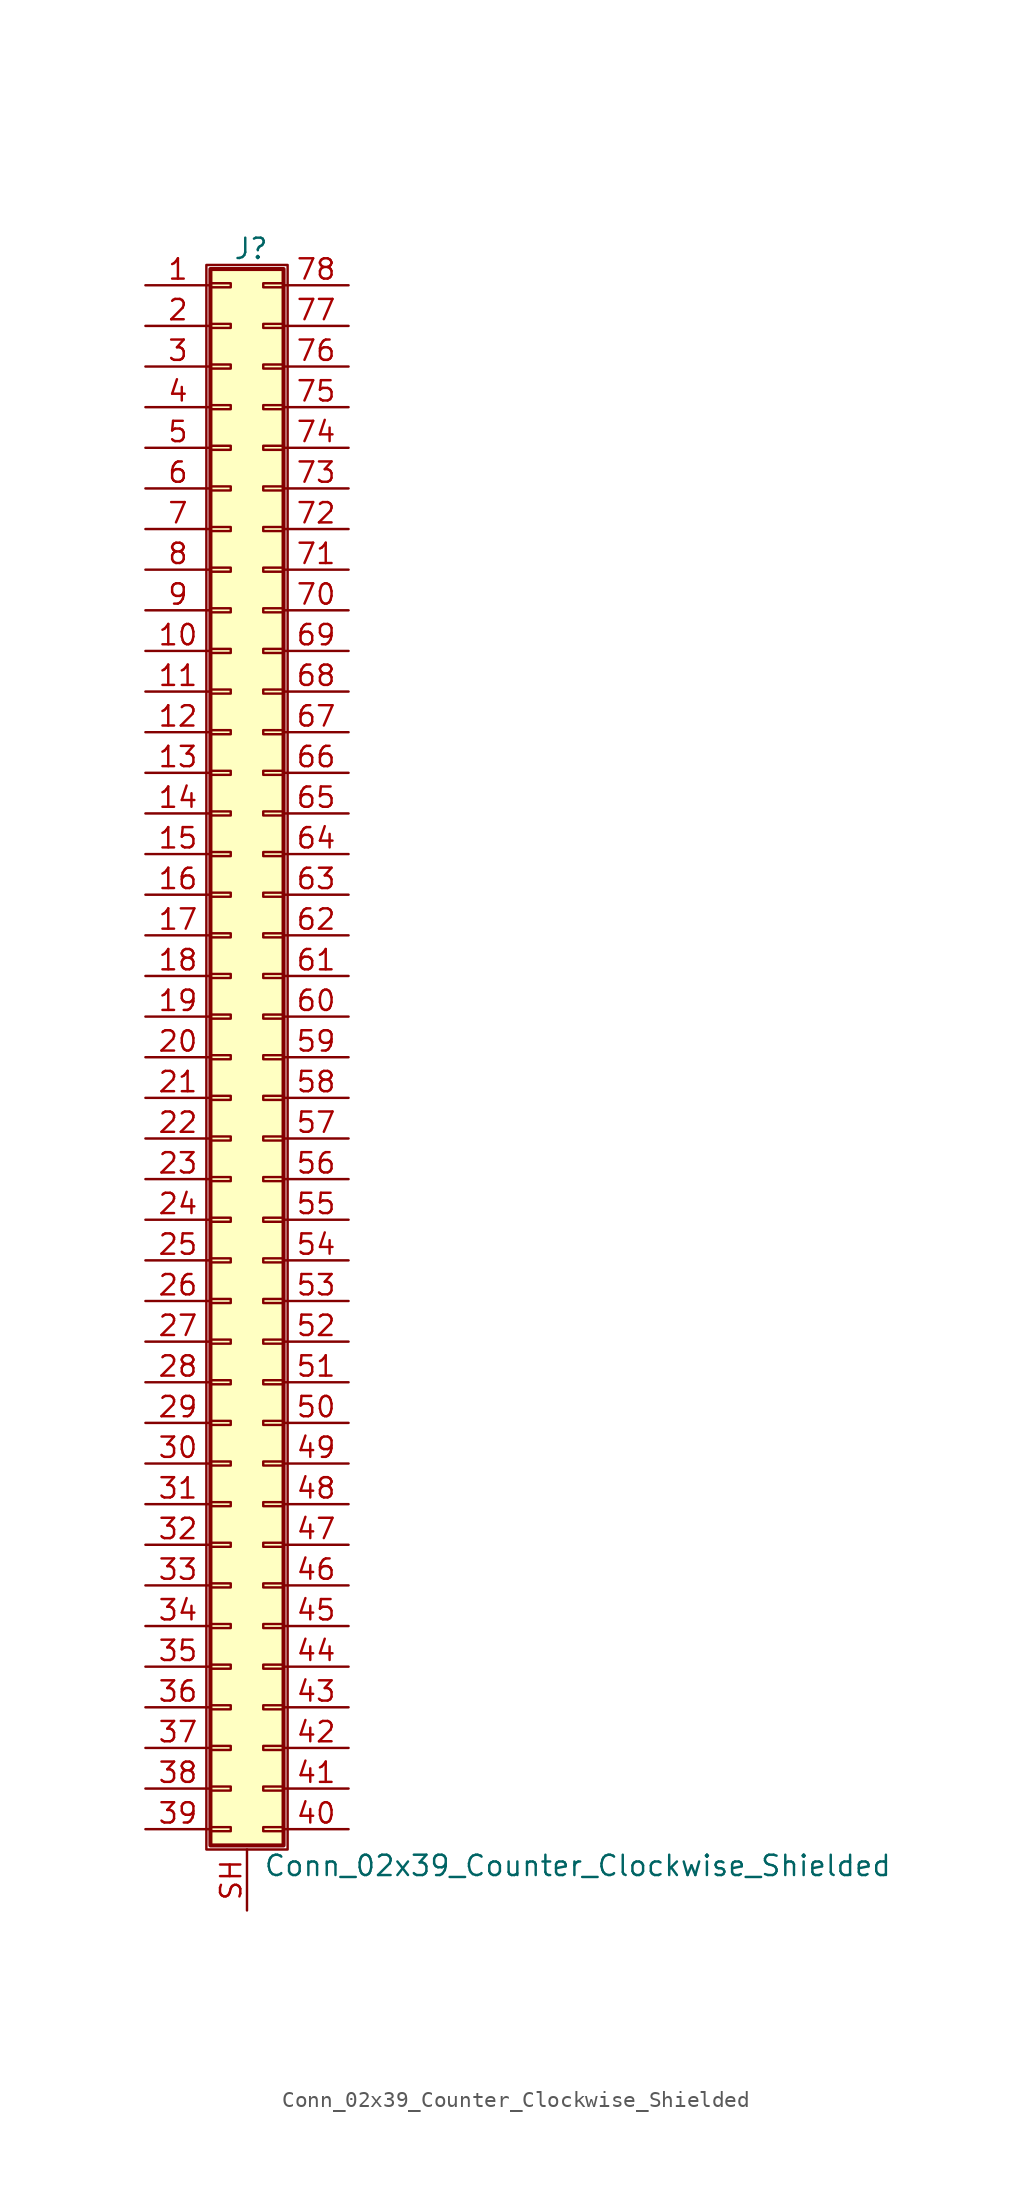
<source format=kicad_sym>
(kicad_symbol_lib
  (version 20211014)
  (generator kicad_symbol_editor)
  (symbol "Conn_02x39_Counter_Clockwise_Shielded"
    (pin_names
      (offset 1.016) hide)
    (property "Reference" "J"
      (at 1.524 50.546 0)
      (effects (font (size 1.27 1.27))))
    (property "Value" "Conn_02x39_Counter_Clockwise_Shielded"
      (at 2.286 -50.546 0)
      (effects (font (size 1.27 1.27)) (justify left)))
    (symbol "Conn_02x39_Counter_Clockwise_Shielded_1_1"
      (rectangle (start -1.27 49.53) (end 3.81 -49.53) (stroke (width 0.152) (type default) (color 0 0 0 0)) (fill (type none)))
      (rectangle (start -1.016 -48.133) (end 0.254 -48.387) (stroke (width 0.152) (type default) (color 0 0 0 0)) (fill (type none)))
      (rectangle (start -1.016 -45.593) (end 0.254 -45.847) (stroke (width 0.152) (type default) (color 0 0 0 0)) (fill (type none)))
      (rectangle (start -1.016 -43.053) (end 0.254 -43.307) (stroke (width 0.152) (type default) (color 0 0 0 0)) (fill (type none)))
      (rectangle (start -1.016 -40.513) (end 0.254 -40.767) (stroke (width 0.152) (type default) (color 0 0 0 0)) (fill (type none)))
      (rectangle (start -1.016 -37.973) (end 0.254 -38.227) (stroke (width 0.152) (type default) (color 0 0 0 0)) (fill (type none)))
      (rectangle (start -1.016 -35.433) (end 0.254 -35.687) (stroke (width 0.152) (type default) (color 0 0 0 0)) (fill (type none)))
      (rectangle (start -1.016 -32.893) (end 0.254 -33.147) (stroke (width 0.152) (type default) (color 0 0 0 0)) (fill (type none)))
      (rectangle (start -1.016 -30.353) (end 0.254 -30.607) (stroke (width 0.152) (type default) (color 0 0 0 0)) (fill (type none)))
      (rectangle (start -1.016 -27.813) (end 0.254 -28.067) (stroke (width 0.152) (type default) (color 0 0 0 0)) (fill (type none)))
      (rectangle (start -1.016 -25.273) (end 0.254 -25.527) (stroke (width 0.152) (type default) (color 0 0 0 0)) (fill (type none)))
      (rectangle (start -1.016 -22.733) (end 0.254 -22.987) (stroke (width 0.152) (type default) (color 0 0 0 0)) (fill (type none)))
      (rectangle (start -1.016 -20.193) (end 0.254 -20.447) (stroke (width 0.152) (type default) (color 0 0 0 0)) (fill (type none)))
      (rectangle (start -1.016 -17.653) (end 0.254 -17.907) (stroke (width 0.152) (type default) (color 0 0 0 0)) (fill (type none)))
      (rectangle (start -1.016 -15.113) (end 0.254 -15.367) (stroke (width 0.152) (type default) (color 0 0 0 0)) (fill (type none)))
      (rectangle (start -1.016 -12.573) (end 0.254 -12.827) (stroke (width 0.152) (type default) (color 0 0 0 0)) (fill (type none)))
      (rectangle (start -1.016 -10.033) (end 0.254 -10.287) (stroke (width 0.152) (type default) (color 0 0 0 0)) (fill (type none)))
      (rectangle (start -1.016 -7.493) (end 0.254 -7.747) (stroke (width 0.152) (type default) (color 0 0 0 0)) (fill (type none)))
      (rectangle (start -1.016 -4.953) (end 0.254 -5.207) (stroke (width 0.152) (type default) (color 0 0 0 0)) (fill (type none)))
      (rectangle (start -1.016 -2.413) (end 0.254 -2.667) (stroke (width 0.152) (type default) (color 0 0 0 0)) (fill (type none)))
      (rectangle (start -1.016 0.127) (end 0.254 -0.127) (stroke (width 0.152) (type default) (color 0 0 0 0)) (fill (type none)))
      (rectangle (start -1.016 2.667) (end 0.254 2.413) (stroke (width 0.152) (type default) (color 0 0 0 0)) (fill (type none)))
      (rectangle (start -1.016 5.207) (end 0.254 4.953) (stroke (width 0.152) (type default) (color 0 0 0 0)) (fill (type none)))
      (rectangle (start -1.016 7.747) (end 0.254 7.493) (stroke (width 0.152) (type default) (color 0 0 0 0)) (fill (type none)))
      (rectangle (start -1.016 10.287) (end 0.254 10.033) (stroke (width 0.152) (type default) (color 0 0 0 0)) (fill (type none)))
      (rectangle (start -1.016 12.827) (end 0.254 12.573) (stroke (width 0.152) (type default) (color 0 0 0 0)) (fill (type none)))
      (rectangle (start -1.016 15.367) (end 0.254 15.113) (stroke (width 0.152) (type default) (color 0 0 0 0)) (fill (type none)))
      (rectangle (start -1.016 17.907) (end 0.254 17.653) (stroke (width 0.152) (type default) (color 0 0 0 0)) (fill (type none)))
      (rectangle (start -1.016 20.447) (end 0.254 20.193) (stroke (width 0.152) (type default) (color 0 0 0 0)) (fill (type none)))
      (rectangle (start -1.016 22.987) (end 0.254 22.733) (stroke (width 0.152) (type default) (color 0 0 0 0)) (fill (type none)))
      (rectangle (start -1.016 25.527) (end 0.254 25.273) (stroke (width 0.152) (type default) (color 0 0 0 0)) (fill (type none)))
      (rectangle (start -1.016 28.067) (end 0.254 27.813) (stroke (width 0.152) (type default) (color 0 0 0 0)) (fill (type none)))
      (rectangle (start -1.016 30.607) (end 0.254 30.353) (stroke (width 0.152) (type default) (color 0 0 0 0)) (fill (type none)))
      (rectangle (start -1.016 33.147) (end 0.254 32.893) (stroke (width 0.152) (type default) (color 0 0 0 0)) (fill (type none)))
      (rectangle (start -1.016 35.687) (end 0.254 35.433) (stroke (width 0.152) (type default) (color 0 0 0 0)) (fill (type none)))
      (rectangle (start -1.016 38.227) (end 0.254 37.973) (stroke (width 0.152) (type default) (color 0 0 0 0)) (fill (type none)))
      (rectangle (start -1.016 40.767) (end 0.254 40.513) (stroke (width 0.152) (type default) (color 0 0 0 0)) (fill (type none)))
      (rectangle (start -1.016 43.307) (end 0.254 43.053) (stroke (width 0.152) (type default) (color 0 0 0 0)) (fill (type none)))
      (rectangle (start -1.016 45.847) (end 0.254 45.593) (stroke (width 0.152) (type default) (color 0 0 0 0)) (fill (type none)))
      (rectangle (start -1.016 48.387) (end 0.254 48.133) (stroke (width 0.152) (type default) (color 0 0 0 0)) (fill (type none)))
      (rectangle (start -1.016 49.276) (end 3.556 -49.276) (stroke (width 0.254) (type default) (color 0 0 0 0)) (fill (type background)))
      (rectangle (start 3.556 -48.133) (end 2.286 -48.387) (stroke (width 0.152) (type default) (color 0 0 0 0)) (fill (type none)))
      (rectangle (start 3.556 -45.593) (end 2.286 -45.847) (stroke (width 0.152) (type default) (color 0 0 0 0)) (fill (type none)))
      (rectangle (start 3.556 -43.053) (end 2.286 -43.307) (stroke (width 0.152) (type default) (color 0 0 0 0)) (fill (type none)))
      (rectangle (start 3.556 -40.513) (end 2.286 -40.767) (stroke (width 0.152) (type default) (color 0 0 0 0)) (fill (type none)))
      (rectangle (start 3.556 -37.973) (end 2.286 -38.227) (stroke (width 0.152) (type default) (color 0 0 0 0)) (fill (type none)))
      (rectangle (start 3.556 -35.433) (end 2.286 -35.687) (stroke (width 0.152) (type default) (color 0 0 0 0)) (fill (type none)))
      (rectangle (start 3.556 -32.893) (end 2.286 -33.147) (stroke (width 0.152) (type default) (color 0 0 0 0)) (fill (type none)))
      (rectangle (start 3.556 -30.353) (end 2.286 -30.607) (stroke (width 0.152) (type default) (color 0 0 0 0)) (fill (type none)))
      (rectangle (start 3.556 -27.813) (end 2.286 -28.067) (stroke (width 0.152) (type default) (color 0 0 0 0)) (fill (type none)))
      (rectangle (start 3.556 -25.273) (end 2.286 -25.527) (stroke (width 0.152) (type default) (color 0 0 0 0)) (fill (type none)))
      (rectangle (start 3.556 -22.733) (end 2.286 -22.987) (stroke (width 0.152) (type default) (color 0 0 0 0)) (fill (type none)))
      (rectangle (start 3.556 -20.193) (end 2.286 -20.447) (stroke (width 0.152) (type default) (color 0 0 0 0)) (fill (type none)))
      (rectangle (start 3.556 -17.653) (end 2.286 -17.907) (stroke (width 0.152) (type default) (color 0 0 0 0)) (fill (type none)))
      (rectangle (start 3.556 -15.113) (end 2.286 -15.367) (stroke (width 0.152) (type default) (color 0 0 0 0)) (fill (type none)))
      (rectangle (start 3.556 -12.573) (end 2.286 -12.827) (stroke (width 0.152) (type default) (color 0 0 0 0)) (fill (type none)))
      (rectangle (start 3.556 -10.033) (end 2.286 -10.287) (stroke (width 0.152) (type default) (color 0 0 0 0)) (fill (type none)))
      (rectangle (start 3.556 -7.493) (end 2.286 -7.747) (stroke (width 0.152) (type default) (color 0 0 0 0)) (fill (type none)))
      (rectangle (start 3.556 -4.953) (end 2.286 -5.207) (stroke (width 0.152) (type default) (color 0 0 0 0)) (fill (type none)))
      (rectangle (start 3.556 -2.413) (end 2.286 -2.667) (stroke (width 0.152) (type default) (color 0 0 0 0)) (fill (type none)))
      (rectangle (start 3.556 0.127) (end 2.286 -0.127) (stroke (width 0.152) (type default) (color 0 0 0 0)) (fill (type none)))
      (rectangle (start 3.556 2.667) (end 2.286 2.413) (stroke (width 0.152) (type default) (color 0 0 0 0)) (fill (type none)))
      (rectangle (start 3.556 5.207) (end 2.286 4.953) (stroke (width 0.152) (type default) (color 0 0 0 0)) (fill (type none)))
      (rectangle (start 3.556 7.747) (end 2.286 7.493) (stroke (width 0.152) (type default) (color 0 0 0 0)) (fill (type none)))
      (rectangle (start 3.556 10.287) (end 2.286 10.033) (stroke (width 0.152) (type default) (color 0 0 0 0)) (fill (type none)))
      (rectangle (start 3.556 12.827) (end 2.286 12.573) (stroke (width 0.152) (type default) (color 0 0 0 0)) (fill (type none)))
      (rectangle (start 3.556 15.367) (end 2.286 15.113) (stroke (width 0.152) (type default) (color 0 0 0 0)) (fill (type none)))
      (rectangle (start 3.556 17.907) (end 2.286 17.653) (stroke (width 0.152) (type default) (color 0 0 0 0)) (fill (type none)))
      (rectangle (start 3.556 20.447) (end 2.286 20.193) (stroke (width 0.152) (type default) (color 0 0 0 0)) (fill (type none)))
      (rectangle (start 3.556 22.987) (end 2.286 22.733) (stroke (width 0.152) (type default) (color 0 0 0 0)) (fill (type none)))
      (rectangle (start 3.556 25.527) (end 2.286 25.273) (stroke (width 0.152) (type default) (color 0 0 0 0)) (fill (type none)))
      (rectangle (start 3.556 28.067) (end 2.286 27.813) (stroke (width 0.152) (type default) (color 0 0 0 0)) (fill (type none)))
      (rectangle (start 3.556 30.607) (end 2.286 30.353) (stroke (width 0.152) (type default) (color 0 0 0 0)) (fill (type none)))
      (rectangle (start 3.556 33.147) (end 2.286 32.893) (stroke (width 0.152) (type default) (color 0 0 0 0)) (fill (type none)))
      (rectangle (start 3.556 35.687) (end 2.286 35.433) (stroke (width 0.152) (type default) (color 0 0 0 0)) (fill (type none)))
      (rectangle (start 3.556 38.227) (end 2.286 37.973) (stroke (width 0.152) (type default) (color 0 0 0 0)) (fill (type none)))
      (rectangle (start 3.556 40.767) (end 2.286 40.513) (stroke (width 0.152) (type default) (color 0 0 0 0)) (fill (type none)))
      (rectangle (start 3.556 43.307) (end 2.286 43.053) (stroke (width 0.152) (type default) (color 0 0 0 0)) (fill (type none)))
      (rectangle (start 3.556 45.847) (end 2.286 45.593) (stroke (width 0.152) (type default) (color 0 0 0 0)) (fill (type none)))
      (rectangle (start 3.556 48.387) (end 2.286 48.133) (stroke (width 0.152) (type default) (color 0 0 0 0)) (fill (type none)))
      (pin passive line (at -5.08 48.26 0) (length 4.064) (name "Pin_1" (effects (font (size 1.27 1.27)))) (number "1" (effects (font (size 1.27 1.27)))))
      (pin passive line (at -5.08 25.4 0) (length 4.064) (name "Pin_10" (effects (font (size 1.27 1.27)))) (number "10" (effects (font (size 1.27 1.27)))))
      (pin passive line (at -5.08 22.86 0) (length 4.064) (name "Pin_11" (effects (font (size 1.27 1.27)))) (number "11" (effects (font (size 1.27 1.27)))))
      (pin passive line (at -5.08 20.32 0) (length 4.064) (name "Pin_12" (effects (font (size 1.27 1.27)))) (number "12" (effects (font (size 1.27 1.27)))))
      (pin passive line (at -5.08 17.78 0) (length 4.064) (name "Pin_13" (effects (font (size 1.27 1.27)))) (number "13" (effects (font (size 1.27 1.27)))))
      (pin passive line (at -5.08 15.24 0) (length 4.064) (name "Pin_14" (effects (font (size 1.27 1.27)))) (number "14" (effects (font (size 1.27 1.27)))))
      (pin passive line (at -5.08 12.7 0) (length 4.064) (name "Pin_15" (effects (font (size 1.27 1.27)))) (number "15" (effects (font (size 1.27 1.27)))))
      (pin passive line (at -5.08 10.16 0) (length 4.064) (name "Pin_16" (effects (font (size 1.27 1.27)))) (number "16" (effects (font (size 1.27 1.27)))))
      (pin passive line (at -5.08 7.62 0) (length 4.064) (name "Pin_17" (effects (font (size 1.27 1.27)))) (number "17" (effects (font (size 1.27 1.27)))))
      (pin passive line (at -5.08 5.08 0) (length 4.064) (name "Pin_18" (effects (font (size 1.27 1.27)))) (number "18" (effects (font (size 1.27 1.27)))))
      (pin passive line (at -5.08 2.54 0) (length 4.064) (name "Pin_19" (effects (font (size 1.27 1.27)))) (number "19" (effects (font (size 1.27 1.27)))))
      (pin passive line (at -5.08 45.72 0) (length 4.064) (name "Pin_2" (effects (font (size 1.27 1.27)))) (number "2" (effects (font (size 1.27 1.27)))))
      (pin passive line (at -5.08 0 0) (length 4.064) (name "Pin_20" (effects (font (size 1.27 1.27)))) (number "20" (effects (font (size 1.27 1.27)))))
      (pin passive line (at -5.08 -2.54 0) (length 4.064) (name "Pin_21" (effects (font (size 1.27 1.27)))) (number "21" (effects (font (size 1.27 1.27)))))
      (pin passive line (at -5.08 -5.08 0) (length 4.064) (name "Pin_22" (effects (font (size 1.27 1.27)))) (number "22" (effects (font (size 1.27 1.27)))))
      (pin passive line (at -5.08 -7.62 0) (length 4.064) (name "Pin_23" (effects (font (size 1.27 1.27)))) (number "23" (effects (font (size 1.27 1.27)))))
      (pin passive line (at -5.08 -10.16 0) (length 4.064) (name "Pin_24" (effects (font (size 1.27 1.27)))) (number "24" (effects (font (size 1.27 1.27)))))
      (pin passive line (at -5.08 -12.7 0) (length 4.064) (name "Pin_25" (effects (font (size 1.27 1.27)))) (number "25" (effects (font (size 1.27 1.27)))))
      (pin passive line (at -5.08 -15.24 0) (length 4.064) (name "Pin_26" (effects (font (size 1.27 1.27)))) (number "26" (effects (font (size 1.27 1.27)))))
      (pin passive line (at -5.08 -17.78 0) (length 4.064) (name "Pin_27" (effects (font (size 1.27 1.27)))) (number "27" (effects (font (size 1.27 1.27)))))
      (pin passive line (at -5.08 -20.32 0) (length 4.064) (name "Pin_28" (effects (font (size 1.27 1.27)))) (number "28" (effects (font (size 1.27 1.27)))))
      (pin passive line (at -5.08 -22.86 0) (length 4.064) (name "Pin_29" (effects (font (size 1.27 1.27)))) (number "29" (effects (font (size 1.27 1.27)))))
      (pin passive line (at -5.08 43.18 0) (length 4.064) (name "Pin_3" (effects (font (size 1.27 1.27)))) (number "3" (effects (font (size 1.27 1.27)))))
      (pin passive line (at -5.08 -25.4 0) (length 4.064) (name "Pin_30" (effects (font (size 1.27 1.27)))) (number "30" (effects (font (size 1.27 1.27)))))
      (pin passive line (at -5.08 -27.94 0) (length 4.064) (name "Pin_31" (effects (font (size 1.27 1.27)))) (number "31" (effects (font (size 1.27 1.27)))))
      (pin passive line (at -5.08 -30.48 0) (length 4.064) (name "Pin_32" (effects (font (size 1.27 1.27)))) (number "32" (effects (font (size 1.27 1.27)))))
      (pin passive line (at -5.08 -33.02 0) (length 4.064) (name "Pin_33" (effects (font (size 1.27 1.27)))) (number "33" (effects (font (size 1.27 1.27)))))
      (pin passive line (at -5.08 -35.56 0) (length 4.064) (name "Pin_34" (effects (font (size 1.27 1.27)))) (number "34" (effects (font (size 1.27 1.27)))))
      (pin passive line (at -5.08 -38.1 0) (length 4.064) (name "Pin_35" (effects (font (size 1.27 1.27)))) (number "35" (effects (font (size 1.27 1.27)))))
      (pin passive line (at -5.08 -40.64 0) (length 4.064) (name "Pin_36" (effects (font (size 1.27 1.27)))) (number "36" (effects (font (size 1.27 1.27)))))
      (pin passive line (at -5.08 -43.18 0) (length 4.064) (name "Pin_37" (effects (font (size 1.27 1.27)))) (number "37" (effects (font (size 1.27 1.27)))))
      (pin passive line (at -5.08 -45.72 0) (length 4.064) (name "Pin_38" (effects (font (size 1.27 1.27)))) (number "38" (effects (font (size 1.27 1.27)))))
      (pin passive line (at -5.08 -48.26 0) (length 4.064) (name "Pin_39" (effects (font (size 1.27 1.27)))) (number "39" (effects (font (size 1.27 1.27)))))
      (pin passive line (at -5.08 40.64 0) (length 4.064) (name "Pin_4" (effects (font (size 1.27 1.27)))) (number "4" (effects (font (size 1.27 1.27)))))
      (pin passive line (at 7.62 -48.26 180) (length 4.064) (name "Pin_40" (effects (font (size 1.27 1.27)))) (number "40" (effects (font (size 1.27 1.27)))))
      (pin passive line (at 7.62 -45.72 180) (length 4.064) (name "Pin_41" (effects (font (size 1.27 1.27)))) (number "41" (effects (font (size 1.27 1.27)))))
      (pin passive line (at 7.62 -43.18 180) (length 4.064) (name "Pin_42" (effects (font (size 1.27 1.27)))) (number "42" (effects (font (size 1.27 1.27)))))
      (pin passive line (at 7.62 -40.64 180) (length 4.064) (name "Pin_43" (effects (font (size 1.27 1.27)))) (number "43" (effects (font (size 1.27 1.27)))))
      (pin passive line (at 7.62 -38.1 180) (length 4.064) (name "Pin_44" (effects (font (size 1.27 1.27)))) (number "44" (effects (font (size 1.27 1.27)))))
      (pin passive line (at 7.62 -35.56 180) (length 4.064) (name "Pin_45" (effects (font (size 1.27 1.27)))) (number "45" (effects (font (size 1.27 1.27)))))
      (pin passive line (at 7.62 -33.02 180) (length 4.064) (name "Pin_46" (effects (font (size 1.27 1.27)))) (number "46" (effects (font (size 1.27 1.27)))))
      (pin passive line (at 7.62 -30.48 180) (length 4.064) (name "Pin_47" (effects (font (size 1.27 1.27)))) (number "47" (effects (font (size 1.27 1.27)))))
      (pin passive line (at 7.62 -27.94 180) (length 4.064) (name "Pin_48" (effects (font (size 1.27 1.27)))) (number "48" (effects (font (size 1.27 1.27)))))
      (pin passive line (at 7.62 -25.4 180) (length 4.064) (name "Pin_49" (effects (font (size 1.27 1.27)))) (number "49" (effects (font (size 1.27 1.27)))))
      (pin passive line (at -5.08 38.1 0) (length 4.064) (name "Pin_5" (effects (font (size 1.27 1.27)))) (number "5" (effects (font (size 1.27 1.27)))))
      (pin passive line (at 7.62 -22.86 180) (length 4.064) (name "Pin_50" (effects (font (size 1.27 1.27)))) (number "50" (effects (font (size 1.27 1.27)))))
      (pin passive line (at 7.62 -20.32 180) (length 4.064) (name "Pin_51" (effects (font (size 1.27 1.27)))) (number "51" (effects (font (size 1.27 1.27)))))
      (pin passive line (at 7.62 -17.78 180) (length 4.064) (name "Pin_52" (effects (font (size 1.27 1.27)))) (number "52" (effects (font (size 1.27 1.27)))))
      (pin passive line (at 7.62 -15.24 180) (length 4.064) (name "Pin_53" (effects (font (size 1.27 1.27)))) (number "53" (effects (font (size 1.27 1.27)))))
      (pin passive line (at 7.62 -12.7 180) (length 4.064) (name "Pin_54" (effects (font (size 1.27 1.27)))) (number "54" (effects (font (size 1.27 1.27)))))
      (pin passive line (at 7.62 -10.16 180) (length 4.064) (name "Pin_55" (effects (font (size 1.27 1.27)))) (number "55" (effects (font (size 1.27 1.27)))))
      (pin passive line (at 7.62 -7.62 180) (length 4.064) (name "Pin_56" (effects (font (size 1.27 1.27)))) (number "56" (effects (font (size 1.27 1.27)))))
      (pin passive line (at 7.62 -5.08 180) (length 4.064) (name "Pin_57" (effects (font (size 1.27 1.27)))) (number "57" (effects (font (size 1.27 1.27)))))
      (pin passive line (at 7.62 -2.54 180) (length 4.064) (name "Pin_58" (effects (font (size 1.27 1.27)))) (number "58" (effects (font (size 1.27 1.27)))))
      (pin passive line (at 7.62 0 180) (length 4.064) (name "Pin_59" (effects (font (size 1.27 1.27)))) (number "59" (effects (font (size 1.27 1.27)))))
      (pin passive line (at -5.08 35.56 0) (length 4.064) (name "Pin_6" (effects (font (size 1.27 1.27)))) (number "6" (effects (font (size 1.27 1.27)))))
      (pin passive line (at 7.62 2.54 180) (length 4.064) (name "Pin_60" (effects (font (size 1.27 1.27)))) (number "60" (effects (font (size 1.27 1.27)))))
      (pin passive line (at 7.62 5.08 180) (length 4.064) (name "Pin_61" (effects (font (size 1.27 1.27)))) (number "61" (effects (font (size 1.27 1.27)))))
      (pin passive line (at 7.62 7.62 180) (length 4.064) (name "Pin_62" (effects (font (size 1.27 1.27)))) (number "62" (effects (font (size 1.27 1.27)))))
      (pin passive line (at 7.62 10.16 180) (length 4.064) (name "Pin_63" (effects (font (size 1.27 1.27)))) (number "63" (effects (font (size 1.27 1.27)))))
      (pin passive line (at 7.62 12.7 180) (length 4.064) (name "Pin_64" (effects (font (size 1.27 1.27)))) (number "64" (effects (font (size 1.27 1.27)))))
      (pin passive line (at 7.62 15.24 180) (length 4.064) (name "Pin_65" (effects (font (size 1.27 1.27)))) (number "65" (effects (font (size 1.27 1.27)))))
      (pin passive line (at 7.62 17.78 180) (length 4.064) (name "Pin_66" (effects (font (size 1.27 1.27)))) (number "66" (effects (font (size 1.27 1.27)))))
      (pin passive line (at 7.62 20.32 180) (length 4.064) (name "Pin_67" (effects (font (size 1.27 1.27)))) (number "67" (effects (font (size 1.27 1.27)))))
      (pin passive line (at 7.62 22.86 180) (length 4.064) (name "Pin_68" (effects (font (size 1.27 1.27)))) (number "68" (effects (font (size 1.27 1.27)))))
      (pin passive line (at 7.62 25.4 180) (length 4.064) (name "Pin_69" (effects (font (size 1.27 1.27)))) (number "69" (effects (font (size 1.27 1.27)))))
      (pin passive line (at -5.08 33.02 0) (length 4.064) (name "Pin_7" (effects (font (size 1.27 1.27)))) (number "7" (effects (font (size 1.27 1.27)))))
      (pin passive line (at 7.62 27.94 180) (length 4.064) (name "Pin_70" (effects (font (size 1.27 1.27)))) (number "70" (effects (font (size 1.27 1.27)))))
      (pin passive line (at 7.62 30.48 180) (length 4.064) (name "Pin_71" (effects (font (size 1.27 1.27)))) (number "71" (effects (font (size 1.27 1.27)))))
      (pin passive line (at 7.62 33.02 180) (length 4.064) (name "Pin_72" (effects (font (size 1.27 1.27)))) (number "72" (effects (font (size 1.27 1.27)))))
      (pin passive line (at 7.62 35.56 180) (length 4.064) (name "Pin_73" (effects (font (size 1.27 1.27)))) (number "73" (effects (font (size 1.27 1.27)))))
      (pin passive line (at 7.62 38.1 180) (length 4.064) (name "Pin_74" (effects (font (size 1.27 1.27)))) (number "74" (effects (font (size 1.27 1.27)))))
      (pin passive line (at 7.62 40.64 180) (length 4.064) (name "Pin_75" (effects (font (size 1.27 1.27)))) (number "75" (effects (font (size 1.27 1.27)))))
      (pin passive line (at 7.62 43.18 180) (length 4.064) (name "Pin_76" (effects (font (size 1.27 1.27)))) (number "76" (effects (font (size 1.27 1.27)))))
      (pin passive line (at 7.62 45.72 180) (length 4.064) (name "Pin_77" (effects (font (size 1.27 1.27)))) (number "77" (effects (font (size 1.27 1.27)))))
      (pin passive line (at 7.62 48.26 180) (length 4.064) (name "Pin_78" (effects (font (size 1.27 1.27)))) (number "78" (effects (font (size 1.27 1.27)))))
      (pin passive line (at -5.08 30.48 0) (length 4.064) (name "Pin_8" (effects (font (size 1.27 1.27)))) (number "8" (effects (font (size 1.27 1.27)))))
      (pin passive line (at -5.08 27.94 0) (length 4.064) (name "Pin_9" (effects (font (size 1.27 1.27)))) (number "9" (effects (font (size 1.27 1.27)))))
      (pin passive line (at 1.27 -53.34 90) (length 3.81) (name "Shield" (effects (font (size 1.27 1.27)))) (number "SH" (effects (font (size 1.27 1.27))))))))
</source>
